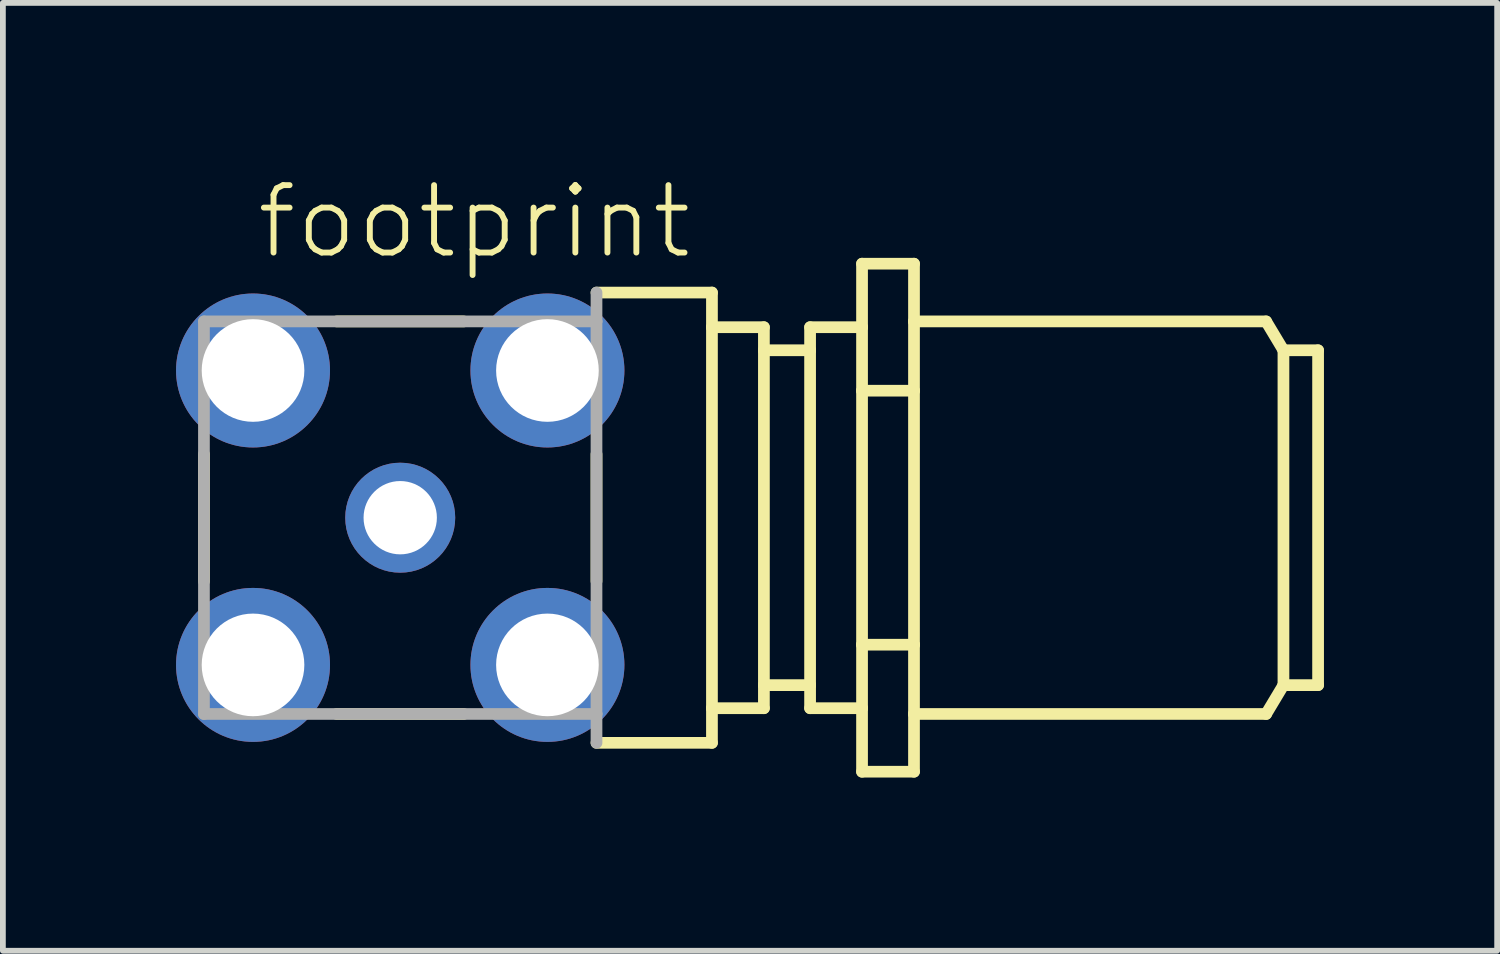
<source format=kicad_pcb>
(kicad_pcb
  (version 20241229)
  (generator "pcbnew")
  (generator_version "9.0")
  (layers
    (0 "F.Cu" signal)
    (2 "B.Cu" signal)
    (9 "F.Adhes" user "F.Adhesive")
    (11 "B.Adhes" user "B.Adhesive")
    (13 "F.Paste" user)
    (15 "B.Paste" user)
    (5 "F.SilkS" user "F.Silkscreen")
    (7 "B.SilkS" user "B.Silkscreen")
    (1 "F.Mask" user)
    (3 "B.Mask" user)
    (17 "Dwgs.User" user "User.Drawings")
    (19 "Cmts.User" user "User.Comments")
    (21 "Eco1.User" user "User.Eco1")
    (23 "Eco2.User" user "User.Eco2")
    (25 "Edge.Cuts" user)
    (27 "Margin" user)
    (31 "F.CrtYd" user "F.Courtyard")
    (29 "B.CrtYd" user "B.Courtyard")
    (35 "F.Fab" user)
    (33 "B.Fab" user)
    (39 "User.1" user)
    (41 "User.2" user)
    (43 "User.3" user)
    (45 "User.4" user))
  (footprint "footprint"
    (layer "F.Cu")
    (at 3.883 5.918)
    (property "Reference" "footprint" (at -2.54 -4.445 0) (layer "F.SilkS") (effects (font (size 1.168 1.168) (thickness 0.102)) (justify left bottom)))
    (fp_line (start -3.4 1.1) (end -3.4 -1.1) (stroke (width 0.203) (type solid)) (layer "F.SilkS"))
    (fp_line (start -1.1 -3.4) (end 1.1 -3.4) (stroke (width 0.203) (type solid)) (layer "F.SilkS"))
    (fp_line (start 1.1 3.4) (end -1.1 3.4) (stroke (width 0.203) (type solid)) (layer "F.SilkS"))
    (fp_line (start 3.4 -3.9) (end 5.4 -3.9) (stroke (width 0.203) (type solid)) (layer "F.SilkS"))
    (fp_line (start 3.4 -1.1) (end 3.4 1.1) (stroke (width 0.203) (type solid)) (layer "F.SilkS"))
    (fp_line (start 3.4 3.9) (end 5.4 3.9) (stroke (width 0.203) (type solid)) (layer "F.SilkS"))
    (fp_line (start 5.4 -3.3) (end 5.4 -3.9) (stroke (width 0.203) (type solid)) (layer "F.SilkS"))
    (fp_line (start 5.4 -3.3) (end 6.3 -3.3) (stroke (width 0.203) (type solid)) (layer "F.SilkS"))
    (fp_line (start 5.4 3.3) (end 5.4 -3.3) (stroke (width 0.203) (type solid)) (layer "F.SilkS"))
    (fp_line (start 5.4 3.3) (end 6.3 3.3) (stroke (width 0.203) (type solid)) (layer "F.SilkS"))
    (fp_line (start 5.4 3.9) (end 5.4 3.3) (stroke (width 0.203) (type solid)) (layer "F.SilkS"))
    (fp_line (start 6.3 -3.3) (end 6.3 -2.9) (stroke (width 0.203) (type solid)) (layer "F.SilkS"))
    (fp_line (start 6.3 -2.9) (end 6.3 2.9) (stroke (width 0.203) (type solid)) (layer "F.SilkS"))
    (fp_line (start 6.3 -2.9) (end 7.1 -2.9) (stroke (width 0.203) (type solid)) (layer "F.SilkS"))
    (fp_line (start 6.3 2.9) (end 7.1 2.9) (stroke (width 0.203) (type solid)) (layer "F.SilkS"))
    (fp_line (start 6.3 3.3) (end 6.3 2.9) (stroke (width 0.203) (type solid)) (layer "F.SilkS"))
    (fp_line (start 7.1 -3.3) (end 8 -3.3) (stroke (width 0.203) (type solid)) (layer "F.SilkS"))
    (fp_line (start 7.1 -2.9) (end 7.1 -3.3) (stroke (width 0.203) (type solid)) (layer "F.SilkS"))
    (fp_line (start 7.1 -2.9) (end 7.1 2.9) (stroke (width 0.203) (type solid)) (layer "F.SilkS"))
    (fp_line (start 7.1 2.9) (end 7.1 3.3) (stroke (width 0.203) (type solid)) (layer "F.SilkS"))
    (fp_line (start 7.1 3.3) (end 8 3.3) (stroke (width 0.203) (type solid)) (layer "F.SilkS"))
    (fp_line (start 8 -4.4) (end 8.9 -4.4) (stroke (width 0.203) (type solid)) (layer "F.SilkS"))
    (fp_line (start 8 -3.3) (end 8 -4.4) (stroke (width 0.203) (type solid)) (layer "F.SilkS"))
    (fp_line (start 8 -2.2) (end 8 -3.3) (stroke (width 0.203) (type solid)) (layer "F.SilkS"))
    (fp_line (start 8 -2.2) (end 8.9 -2.2) (stroke (width 0.203) (type solid)) (layer "F.SilkS"))
    (fp_line (start 8 2.2) (end 8 -2.2) (stroke (width 0.203) (type solid)) (layer "F.SilkS"))
    (fp_line (start 8 2.2) (end 8 3.3) (stroke (width 0.203) (type solid)) (layer "F.SilkS"))
    (fp_line (start 8 2.2) (end 8.9 2.2) (stroke (width 0.203) (type solid)) (layer "F.SilkS"))
    (fp_line (start 8 3.3) (end 8 4.4) (stroke (width 0.203) (type solid)) (layer "F.SilkS"))
    (fp_line (start 8.9 -3.4) (end 8.9 -4.4) (stroke (width 0.203) (type solid)) (layer "F.SilkS"))
    (fp_line (start 8.9 -3.4) (end 15 -3.4) (stroke (width 0.203) (type solid)) (layer "F.SilkS"))
    (fp_line (start 8.9 -2.2) (end 8.9 -3.4) (stroke (width 0.203) (type solid)) (layer "F.SilkS"))
    (fp_line (start 8.9 -2.2) (end 8.9 2.2) (stroke (width 0.203) (type solid)) (layer "F.SilkS"))
    (fp_line (start 8.9 3.4) (end 8.9 2.2) (stroke (width 0.203) (type solid)) (layer "F.SilkS"))
    (fp_line (start 8.9 3.4) (end 15 3.4) (stroke (width 0.203) (type solid)) (layer "F.SilkS"))
    (fp_line (start 8.9 4.4) (end 8 4.4) (stroke (width 0.203) (type solid)) (layer "F.SilkS"))
    (fp_line (start 8.9 4.4) (end 8.9 3.4) (stroke (width 0.203) (type solid)) (layer "F.SilkS"))
    (fp_line (start 15 -3.4) (end 15.3 -2.9) (stroke (width 0.203) (type solid)) (layer "F.SilkS"))
    (fp_line (start 15 3.4) (end 15.3 2.9) (stroke (width 0.203) (type solid)) (layer "F.SilkS"))
    (fp_line (start 15.3 -2.9) (end 15.9 -2.9) (stroke (width 0.203) (type solid)) (layer "F.SilkS"))
    (fp_line (start 15.3 2.9) (end 15.3 -2.9) (stroke (width 0.203) (type solid)) (layer "F.SilkS"))
    (fp_line (start 15.3 2.9) (end 15.9 2.9) (stroke (width 0.203) (type solid)) (layer "F.SilkS"))
    (fp_line (start 15.9 2.9) (end 15.9 -2.9) (stroke (width 0.203) (type solid)) (layer "F.SilkS"))
    (fp_line (start -3.4 -3.4) (end 3.4 -3.4) (stroke (width 0.203) (type solid)) (layer "F.Fab"))
    (fp_line (start -3.4 3.4) (end -3.4 -3.4) (stroke (width 0.203) (type solid)) (layer "F.Fab"))
    (fp_line (start 3.4 -3.9) (end 3.4 -3.4) (stroke (width 0.203) (type solid)) (layer "F.Fab"))
    (fp_line (start 3.4 -3.4) (end 3.4 3.4) (stroke (width 0.203) (type solid)) (layer "F.Fab"))
    (fp_line (start 3.4 3.4) (end -3.4 3.4) (stroke (width 0.203) (type solid)) (layer "F.Fab"))
    (fp_line (start 3.4 3.4) (end 3.4 3.9) (stroke (width 0.203) (type solid)) (layer "F.Fab"))
    (pad "1" thru_hole circle (at 0 0) (size 1.905 1.905) (drill 1.27) (layers "*.Cu" "*.Mask"))
    (pad "2" thru_hole circle (at -2.55 -2.55) (size 2.667 2.667) (drill 1.778) (layers "*.Cu" "*.Mask"))
    (pad "3" thru_hole circle (at 2.55 -2.55) (size 2.667 2.667) (drill 1.778) (layers "*.Cu" "*.Mask"))
    (pad "4" thru_hole circle (at 2.55 2.55) (size 2.667 2.667) (drill 1.778) (layers "*.Cu" "*.Mask"))
    (pad "5" thru_hole circle (at -2.55 2.55) (size 2.667 2.667) (drill 1.778) (layers "*.Cu" "*.Mask")))
  (gr_rect
    (start -3 -3)
    (end 22.885 13.42)
    (stroke (width 0.1) (type default))
    (fill no)
    (layer "Edge.Cuts")))
</source>
